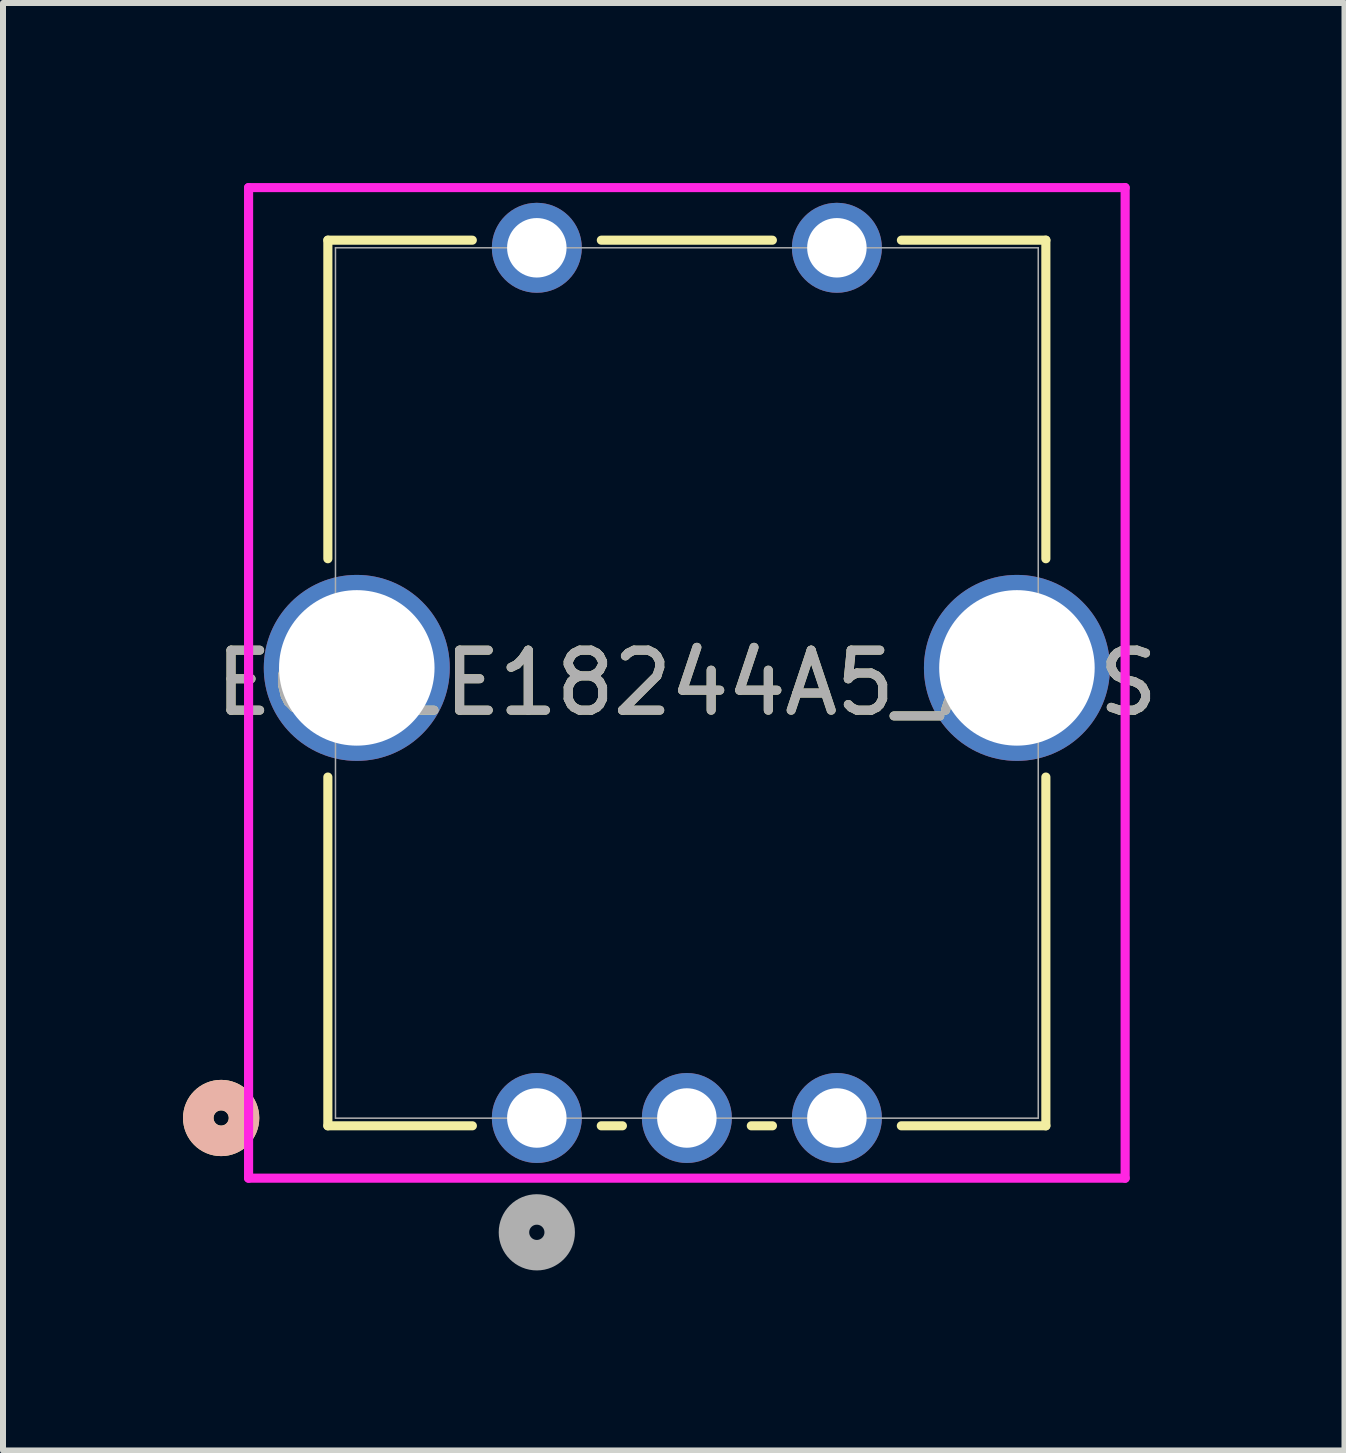
<source format=kicad_pcb>
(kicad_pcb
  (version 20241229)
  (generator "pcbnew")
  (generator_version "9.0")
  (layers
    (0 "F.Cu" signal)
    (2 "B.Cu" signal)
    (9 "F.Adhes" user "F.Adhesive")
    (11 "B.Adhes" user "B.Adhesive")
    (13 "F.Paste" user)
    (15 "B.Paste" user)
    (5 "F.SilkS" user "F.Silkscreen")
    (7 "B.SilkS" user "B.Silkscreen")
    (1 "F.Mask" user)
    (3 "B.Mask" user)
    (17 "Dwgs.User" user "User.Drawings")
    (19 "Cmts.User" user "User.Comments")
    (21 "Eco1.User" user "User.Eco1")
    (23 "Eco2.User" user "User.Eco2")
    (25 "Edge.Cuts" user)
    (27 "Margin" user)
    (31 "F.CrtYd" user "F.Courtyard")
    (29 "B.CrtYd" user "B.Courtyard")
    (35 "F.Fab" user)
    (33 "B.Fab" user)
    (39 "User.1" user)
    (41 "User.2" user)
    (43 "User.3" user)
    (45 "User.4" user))
  (footprint "EC11E18244A5_ALPS"
    (layer "F.Cu")
    (at 5.895 15.579)
    (property "Reference" "EC11E18244A5_ALPS" (at 2.5 -7.25 0) (unlocked yes) (layer "F.SilkS") (effects (font (size 1 1) (thickness 0.15))))
    (attr through_hole)
    (fp_line (start -3.482 -14.627) (end -3.482 -9.319) (stroke (width 0.152) (type solid)) (layer "F.SilkS"))
    (fp_line (start -3.482 -5.681) (end -3.482 0.13) (stroke (width 0.152) (type solid)) (layer "F.SilkS"))
    (fp_line (start -3.482 0.13) (end -1.074 0.13) (stroke (width 0.152) (type solid)) (layer "F.SilkS"))
    (fp_line (start -1.075 -14.627) (end -3.482 -14.627) (stroke (width 0.152) (type solid)) (layer "F.SilkS"))
    (fp_line (start 1.074 0.13) (end 1.426 0.13) (stroke (width 0.152) (type solid)) (layer "F.SilkS"))
    (fp_line (start 3.574 0.13) (end 3.926 0.13) (stroke (width 0.152) (type solid)) (layer "F.SilkS"))
    (fp_line (start 3.925 -14.627) (end 1.075 -14.627) (stroke (width 0.152) (type solid)) (layer "F.SilkS"))
    (fp_line (start 6.074 0.13) (end 8.482 0.13) (stroke (width 0.152) (type solid)) (layer "F.SilkS"))
    (fp_line (start 8.482 -14.627) (end 6.075 -14.627) (stroke (width 0.152) (type solid)) (layer "F.SilkS"))
    (fp_line (start 8.482 -9.319) (end 8.482 -14.627) (stroke (width 0.152) (type solid)) (layer "F.SilkS"))
    (fp_line (start 8.482 0.13) (end 8.482 -5.681) (stroke (width 0.152) (type solid)) (layer "F.SilkS"))
    (fp_circle (center -5.26 0) (end -4.879 0) (stroke (width 0.508) (type solid)) (fill no) (layer "F.SilkS"))
    (fp_circle (center -5.26 0) (end -4.879 0) (stroke (width 0.508) (type solid)) (fill no) (layer "B.SilkS"))
    (fp_line (start -4.803 -15.503) (end -4.803 1.003) (stroke (width 0.152) (type solid)) (layer "F.CrtYd"))
    (fp_line (start -4.803 1.003) (end 9.803 1.003) (stroke (width 0.152) (type solid)) (layer "F.CrtYd"))
    (fp_line (start 9.803 -15.503) (end -4.803 -15.503) (stroke (width 0.152) (type solid)) (layer "F.CrtYd"))
    (fp_line (start 9.803 1.003) (end 9.803 -15.503) (stroke (width 0.152) (type solid)) (layer "F.CrtYd"))
    (fp_line (start -3.355 -14.5) (end -3.355 0.003) (stroke (width 0.025) (type solid)) (layer "F.Fab"))
    (fp_line (start -3.355 0.003) (end 8.355 0.003) (stroke (width 0.025) (type solid)) (layer "F.Fab"))
    (fp_line (start 8.355 -14.5) (end -3.355 -14.5) (stroke (width 0.025) (type solid)) (layer "F.Fab"))
    (fp_line (start 8.355 0.003) (end 8.355 -14.5) (stroke (width 0.025) (type solid)) (layer "F.Fab"))
    (fp_circle (center 0 1.905) (end 0.381 1.905) (stroke (width 0.508) (type solid)) (fill no) (layer "F.Fab"))
    (fp_text user "${REFERENCE}" (at 2.5 -7.25 0) (unlocked yes) (layer "F.Fab") (effects (font (size 1 1) (thickness 0.15))))
    (pad "6" thru_hole circle (at -3 -7.5) (size 3.099 3.099) (drill 2.591) (layers "*.Cu" "*.Mask"))
    (pad "7" thru_hole circle (at 8 -7.5) (size 3.099 3.099) (drill 2.591) (layers "*.Cu" "*.Mask"))
    (pad "A" thru_hole circle (at 0 0) (size 1.499 1.499) (drill 0.991) (layers "*.Cu" "*.Mask"))
    (pad "B" thru_hole circle (at 5 0) (size 1.499 1.499) (drill 0.991) (layers "*.Cu" "*.Mask"))
    (pad "C" thru_hole circle (at 2.5 0) (size 1.499 1.499) (drill 0.991) (layers "*.Cu" "*.Mask"))
    (pad "D" thru_hole circle (at 0 -14.5) (size 1.499 1.499) (drill 0.991) (layers "*.Cu" "*.Mask"))
    (pad "E" thru_hole circle (at 5 -14.5) (size 1.499 1.499) (drill 0.991) (layers "*.Cu" "*.Mask")))
  (gr_rect
    (start -3 -3)
    (end 19.353 21.119)
    (stroke (width 0.1) (type default))
    (fill no)
    (layer "Edge.Cuts")))
</source>
